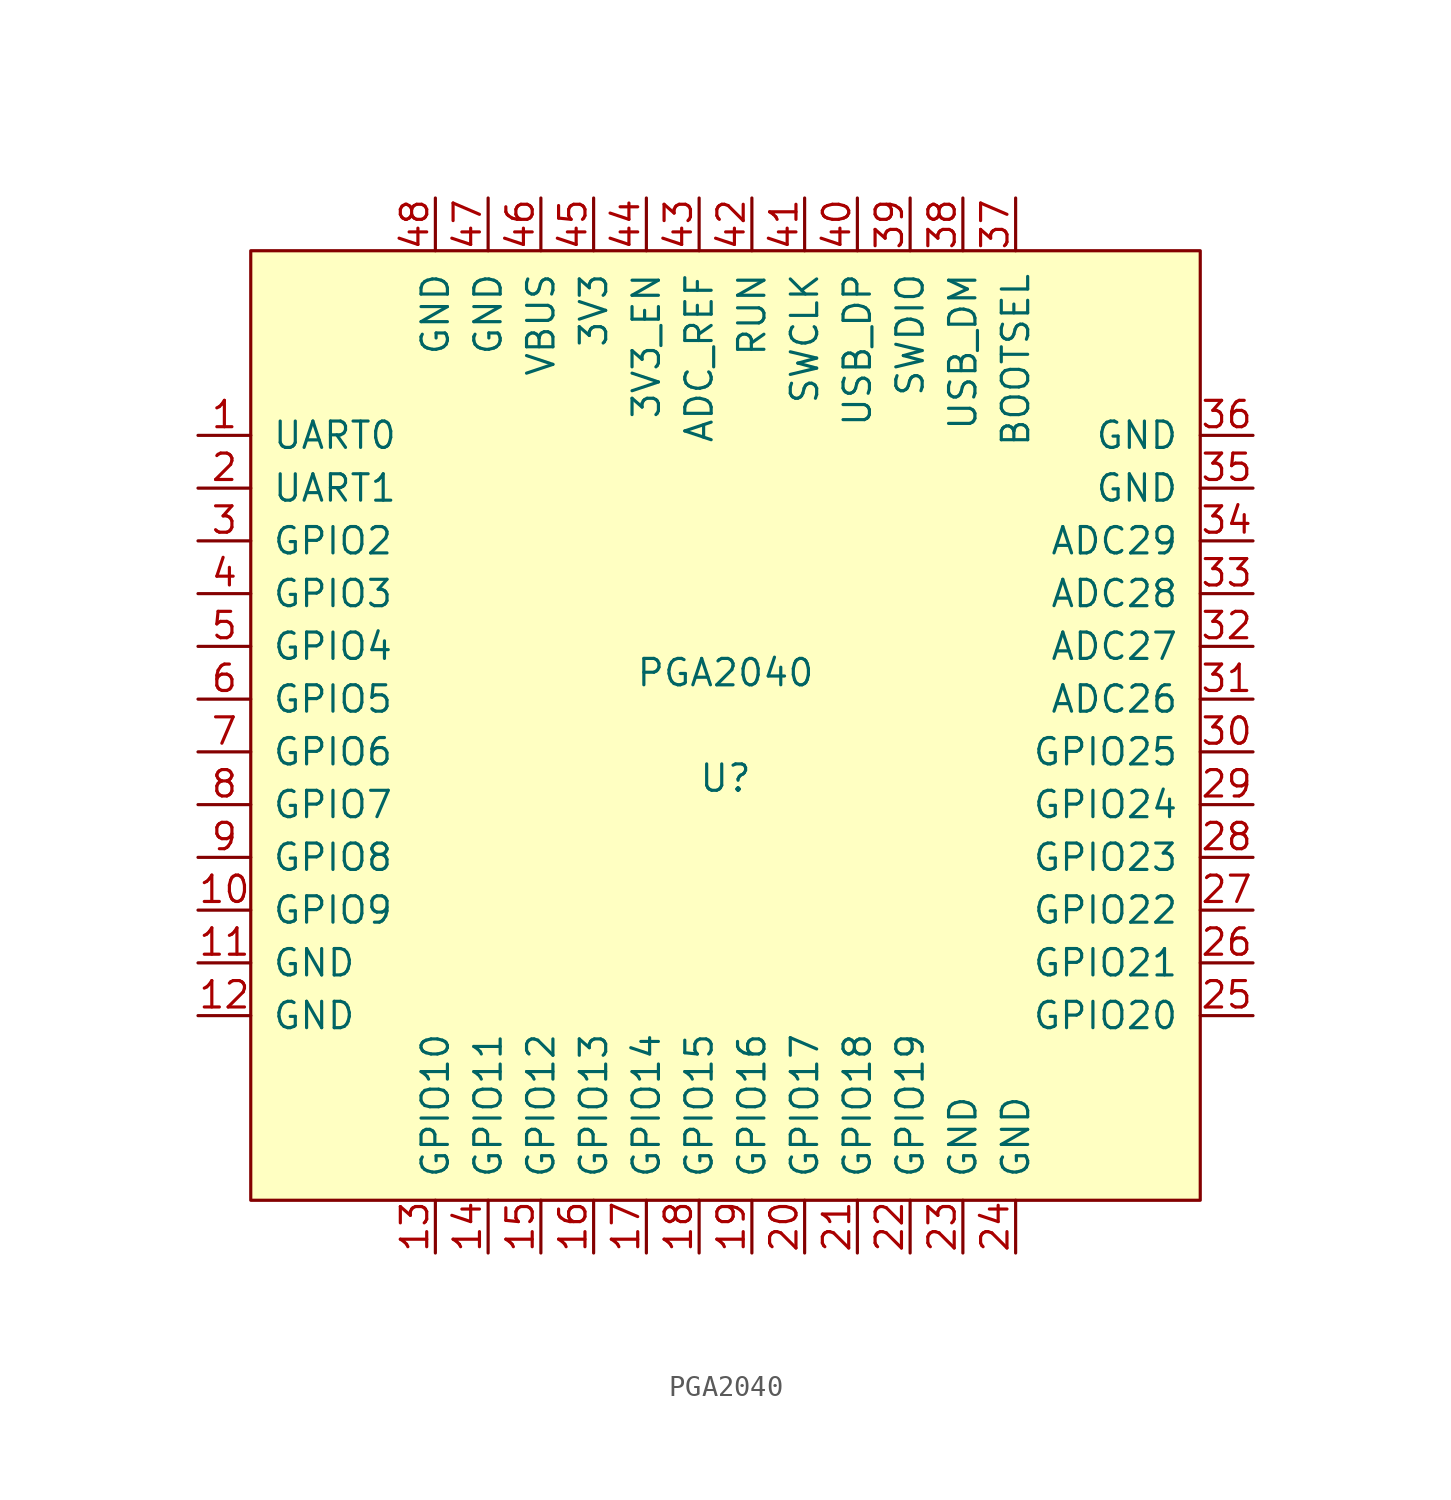
<source format=kicad_sym>
(kicad_symbol_lib
  (version 20211014)
  (generator kicad_symbol_editor)
  (symbol "PGA2040"
    (pin_names
      (offset 1.016))
    (property "Reference" "U"
      (at 0 -2.54 0)
      (effects (font (size 1.27 1.27))))
    (property "Value" "PGA2040"
      (at 0 2.54 0)
      (effects (font (size 1.27 1.27))))
    (symbol "PGA2040_0_1"
      (rectangle (start -22.86 22.86) (end 22.86 -22.86) (stroke (width 0) (type default) (color 0 0 0 0)) (fill (type background))))
    (symbol "PGA2040_1_1"
      (pin bidirectional line (at -25.4 13.97 0) (length 2.54) (name "UART0" (effects (font (size 1.27 1.27)))) (number "1" (effects (font (size 1.27 1.27)))))
      (pin bidirectional line (at -25.4 -8.89 0) (length 2.54) (name "GPIO9" (effects (font (size 1.27 1.27)))) (number "10" (effects (font (size 1.27 1.27)))))
      (pin power_in line (at -25.4 -11.43 0) (length 2.54) (name "GND" (effects (font (size 1.27 1.27)))) (number "11" (effects (font (size 1.27 1.27)))))
      (pin power_in line (at -25.4 -13.97 0) (length 2.54) (name "GND" (effects (font (size 1.27 1.27)))) (number "12" (effects (font (size 1.27 1.27)))))
      (pin bidirectional line (at -13.97 -25.4 90) (length 2.54) (name "GPIO10" (effects (font (size 1.27 1.27)))) (number "13" (effects (font (size 1.27 1.27)))))
      (pin bidirectional line (at -11.43 -25.4 90) (length 2.54) (name "GPIO11" (effects (font (size 1.27 1.27)))) (number "14" (effects (font (size 1.27 1.27)))))
      (pin bidirectional line (at -8.89 -25.4 90) (length 2.54) (name "GPIO12" (effects (font (size 1.27 1.27)))) (number "15" (effects (font (size 1.27 1.27)))))
      (pin bidirectional line (at -6.35 -25.4 90) (length 2.54) (name "GPIO13" (effects (font (size 1.27 1.27)))) (number "16" (effects (font (size 1.27 1.27)))))
      (pin bidirectional line (at -3.81 -25.4 90) (length 2.54) (name "GPIO14" (effects (font (size 1.27 1.27)))) (number "17" (effects (font (size 1.27 1.27)))))
      (pin bidirectional line (at -1.27 -25.4 90) (length 2.54) (name "GPIO15" (effects (font (size 1.27 1.27)))) (number "18" (effects (font (size 1.27 1.27)))))
      (pin bidirectional line (at 1.27 -25.4 90) (length 2.54) (name "GPIO16" (effects (font (size 1.27 1.27)))) (number "19" (effects (font (size 1.27 1.27)))))
      (pin bidirectional line (at -25.4 11.43 0) (length 2.54) (name "UART1" (effects (font (size 1.27 1.27)))) (number "2" (effects (font (size 1.27 1.27)))))
      (pin bidirectional line (at 3.81 -25.4 90) (length 2.54) (name "GPIO17" (effects (font (size 1.27 1.27)))) (number "20" (effects (font (size 1.27 1.27)))))
      (pin bidirectional line (at 6.35 -25.4 90) (length 2.54) (name "GPIO18" (effects (font (size 1.27 1.27)))) (number "21" (effects (font (size 1.27 1.27)))))
      (pin bidirectional line (at 8.89 -25.4 90) (length 2.54) (name "GPIO19" (effects (font (size 1.27 1.27)))) (number "22" (effects (font (size 1.27 1.27)))))
      (pin power_in line (at 11.43 -25.4 90) (length 2.54) (name "GND" (effects (font (size 1.27 1.27)))) (number "23" (effects (font (size 1.27 1.27)))))
      (pin power_in line (at 13.97 -25.4 90) (length 2.54) (name "GND" (effects (font (size 1.27 1.27)))) (number "24" (effects (font (size 1.27 1.27)))))
      (pin bidirectional line (at 25.4 -13.97 180) (length 2.54) (name "GPIO20" (effects (font (size 1.27 1.27)))) (number "25" (effects (font (size 1.27 1.27)))))
      (pin bidirectional line (at 25.4 -11.43 180) (length 2.54) (name "GPIO21" (effects (font (size 1.27 1.27)))) (number "26" (effects (font (size 1.27 1.27)))))
      (pin bidirectional line (at 25.4 -8.89 180) (length 2.54) (name "GPIO22" (effects (font (size 1.27 1.27)))) (number "27" (effects (font (size 1.27 1.27)))))
      (pin bidirectional line (at 25.4 -6.35 180) (length 2.54) (name "GPIO23" (effects (font (size 1.27 1.27)))) (number "28" (effects (font (size 1.27 1.27)))))
      (pin bidirectional line (at 25.4 -3.81 180) (length 2.54) (name "GPIO24" (effects (font (size 1.27 1.27)))) (number "29" (effects (font (size 1.27 1.27)))))
      (pin bidirectional line (at -25.4 8.89 0) (length 2.54) (name "GPIO2" (effects (font (size 1.27 1.27)))) (number "3" (effects (font (size 1.27 1.27)))))
      (pin bidirectional line (at 25.4 -1.27 180) (length 2.54) (name "GPIO25" (effects (font (size 1.27 1.27)))) (number "30" (effects (font (size 1.27 1.27)))))
      (pin bidirectional line (at 25.4 1.27 180) (length 2.54) (name "ADC26" (effects (font (size 1.27 1.27)))) (number "31" (effects (font (size 1.27 1.27)))))
      (pin bidirectional line (at 25.4 3.81 180) (length 2.54) (name "ADC27" (effects (font (size 1.27 1.27)))) (number "32" (effects (font (size 1.27 1.27)))))
      (pin bidirectional line (at 25.4 6.35 180) (length 2.54) (name "ADC28" (effects (font (size 1.27 1.27)))) (number "33" (effects (font (size 1.27 1.27)))))
      (pin bidirectional line (at 25.4 8.89 180) (length 2.54) (name "ADC29" (effects (font (size 1.27 1.27)))) (number "34" (effects (font (size 1.27 1.27)))))
      (pin power_in line (at 25.4 11.43 180) (length 2.54) (name "GND" (effects (font (size 1.27 1.27)))) (number "35" (effects (font (size 1.27 1.27)))))
      (pin power_in line (at 25.4 13.97 180) (length 2.54) (name "GND" (effects (font (size 1.27 1.27)))) (number "36" (effects (font (size 1.27 1.27)))))
      (pin input line (at 13.97 25.4 270) (length 2.54) (name "BOOTSEL" (effects (font (size 1.27 1.27)))) (number "37" (effects (font (size 1.27 1.27)))))
      (pin bidirectional line (at 11.43 25.4 270) (length 2.54) (name "USB_DM" (effects (font (size 1.27 1.27)))) (number "38" (effects (font (size 1.27 1.27)))))
      (pin bidirectional line (at 8.89 25.4 270) (length 2.54) (name "SWDIO" (effects (font (size 1.27 1.27)))) (number "39" (effects (font (size 1.27 1.27)))))
      (pin bidirectional line (at -25.4 6.35 0) (length 2.54) (name "GPIO3" (effects (font (size 1.27 1.27)))) (number "4" (effects (font (size 1.27 1.27)))))
      (pin bidirectional line (at 6.35 25.4 270) (length 2.54) (name "USB_DP" (effects (font (size 1.27 1.27)))) (number "40" (effects (font (size 1.27 1.27)))))
      (pin bidirectional line (at 3.81 25.4 270) (length 2.54) (name "SWCLK" (effects (font (size 1.27 1.27)))) (number "41" (effects (font (size 1.27 1.27)))))
      (pin bidirectional line (at 1.27 25.4 270) (length 2.54) (name "RUN" (effects (font (size 1.27 1.27)))) (number "42" (effects (font (size 1.27 1.27)))))
      (pin bidirectional line (at -1.27 25.4 270) (length 2.54) (name "ADC_REF" (effects (font (size 1.27 1.27)))) (number "43" (effects (font (size 1.27 1.27)))))
      (pin input line (at -3.81 25.4 270) (length 2.54) (name "3V3_EN" (effects (font (size 1.27 1.27)))) (number "44" (effects (font (size 1.27 1.27)))))
      (pin power_out line (at -6.35 25.4 270) (length 2.54) (name "3V3" (effects (font (size 1.27 1.27)))) (number "45" (effects (font (size 1.27 1.27)))))
      (pin power_in line (at -8.89 25.4 270) (length 2.54) (name "VBUS" (effects (font (size 1.27 1.27)))) (number "46" (effects (font (size 1.27 1.27)))))
      (pin power_in line (at -11.43 25.4 270) (length 2.54) (name "GND" (effects (font (size 1.27 1.27)))) (number "47" (effects (font (size 1.27 1.27)))))
      (pin power_in line (at -13.97 25.4 270) (length 2.54) (name "GND" (effects (font (size 1.27 1.27)))) (number "48" (effects (font (size 1.27 1.27)))))
      (pin bidirectional line (at -25.4 3.81 0) (length 2.54) (name "GPIO4" (effects (font (size 1.27 1.27)))) (number "5" (effects (font (size 1.27 1.27)))))
      (pin bidirectional line (at -25.4 1.27 0) (length 2.54) (name "GPIO5" (effects (font (size 1.27 1.27)))) (number "6" (effects (font (size 1.27 1.27)))))
      (pin bidirectional line (at -25.4 -1.27 0) (length 2.54) (name "GPIO6" (effects (font (size 1.27 1.27)))) (number "7" (effects (font (size 1.27 1.27)))))
      (pin bidirectional line (at -25.4 -3.81 0) (length 2.54) (name "GPIO7" (effects (font (size 1.27 1.27)))) (number "8" (effects (font (size 1.27 1.27)))))
      (pin bidirectional line (at -25.4 -6.35 0) (length 2.54) (name "GPIO8" (effects (font (size 1.27 1.27)))) (number "9" (effects (font (size 1.27 1.27))))))))
</source>
